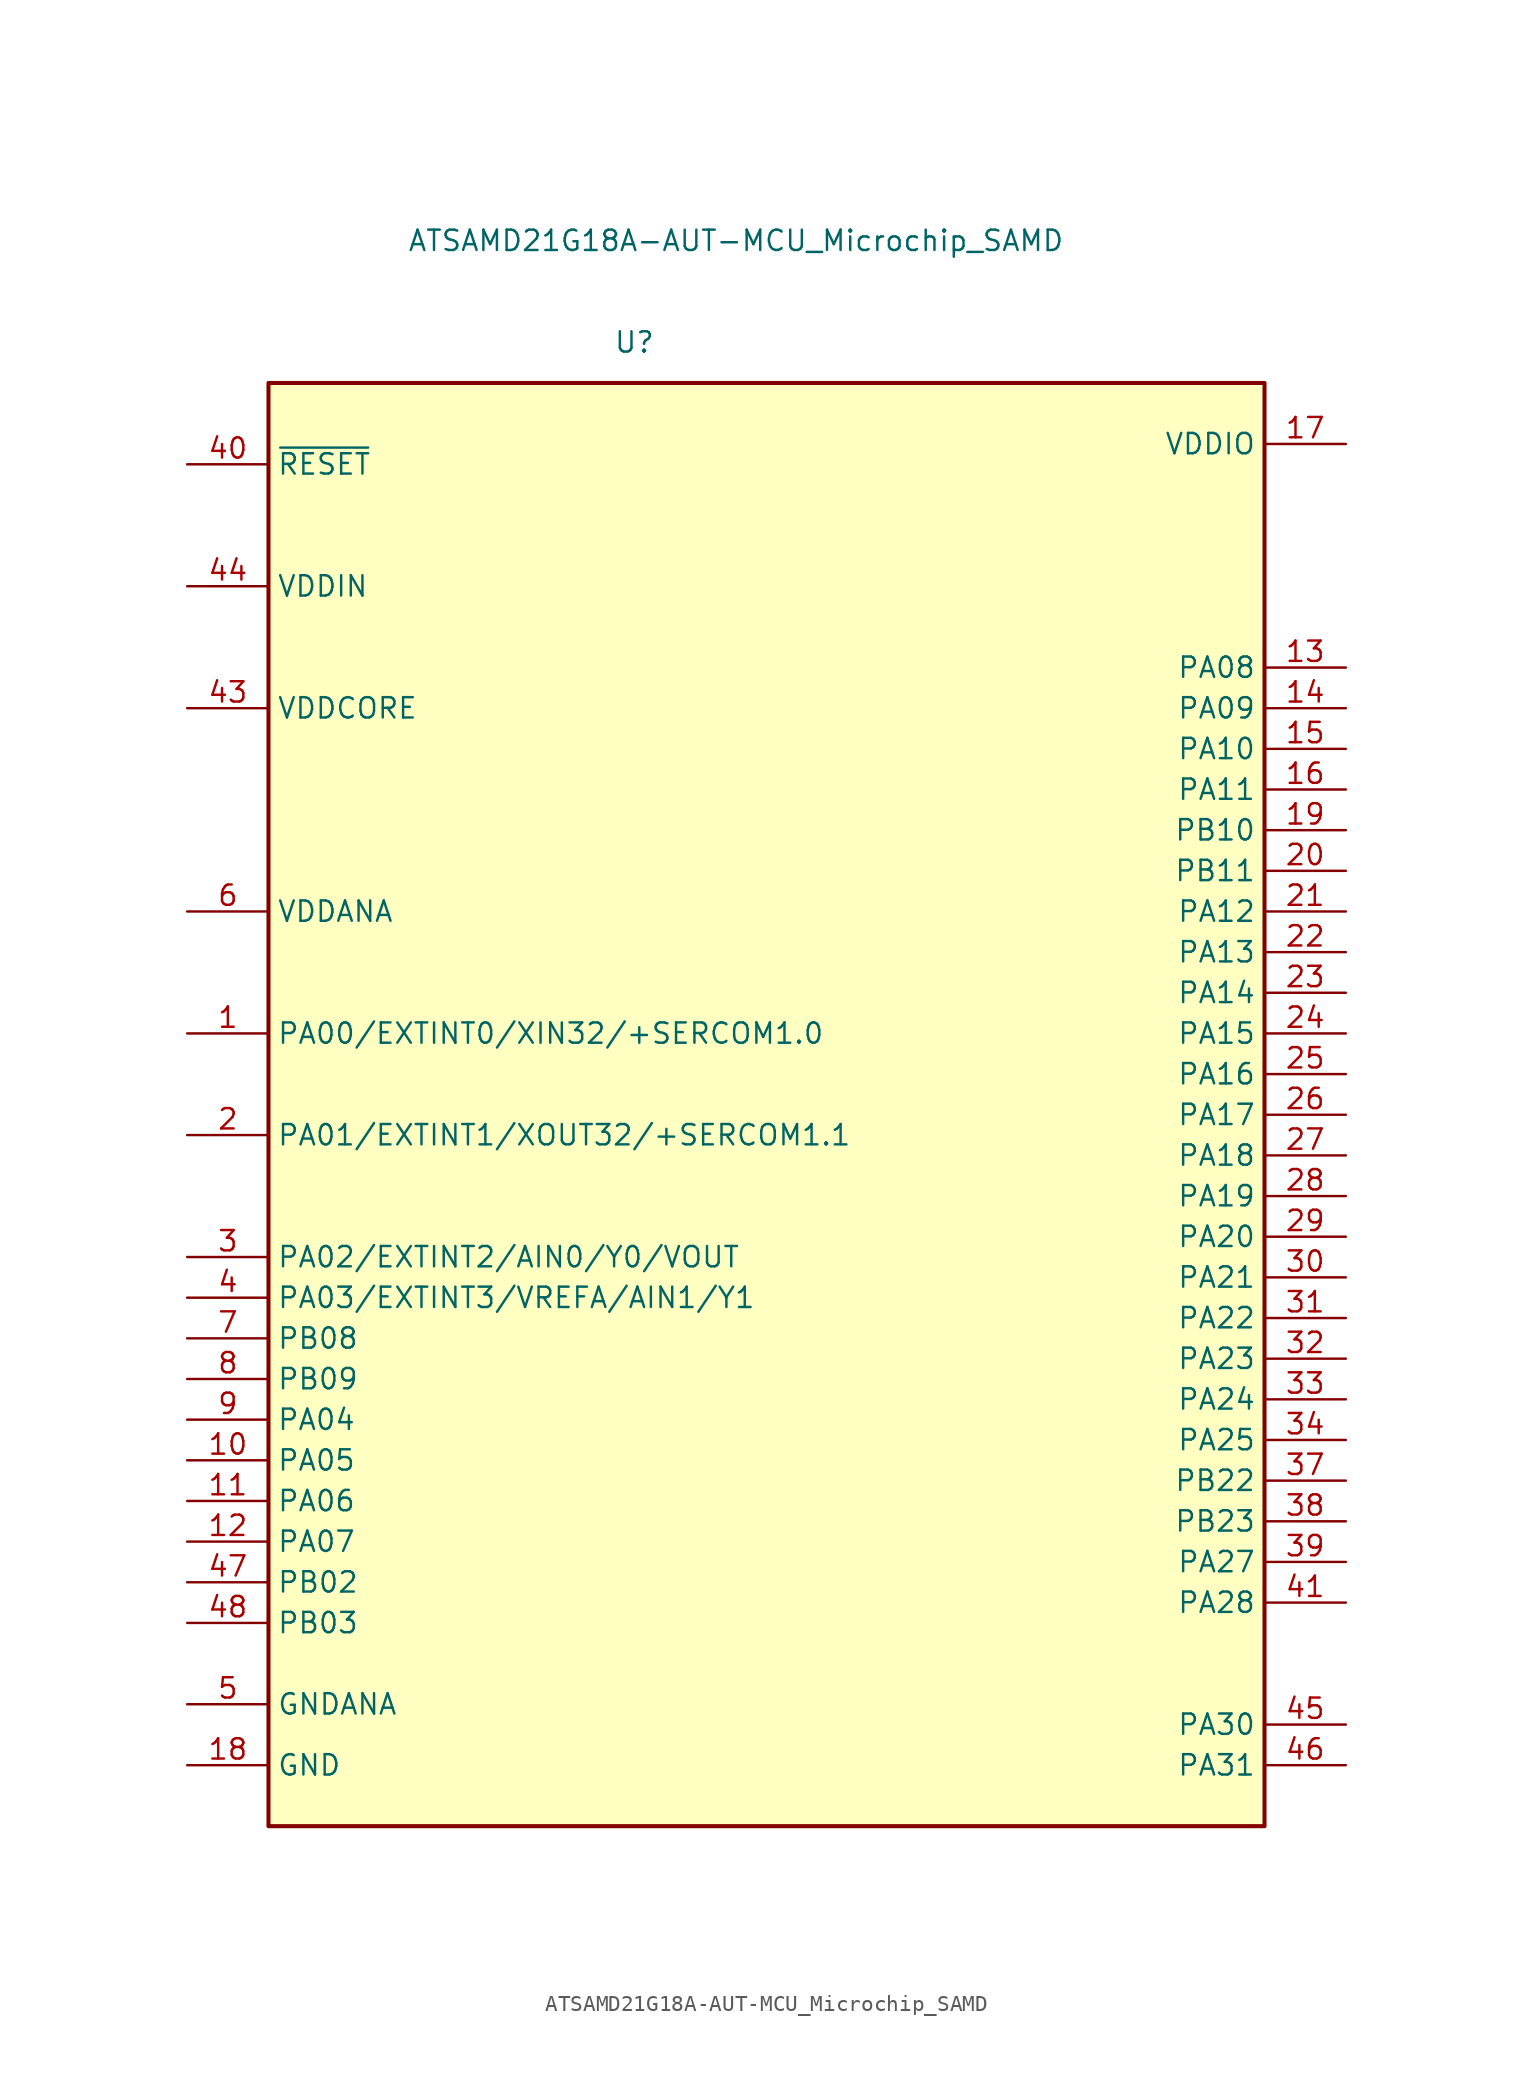
<source format=kicad_sym>
(kicad_symbol_lib
  (version 20211014)
  (generator kicad_symbol_editor)
  (symbol "ATSAMD21G18A-AUT-MCU_Microchip_SAMD"
    (property "Reference" "U"
      (at 2.54 45.72 0)
      (effects (font (size 1.27 1.27))))
    (property "Value" "ATSAMD21G18A-AUT-MCU_Microchip_SAMD"
      (at 8.89 52.07 0)
      (effects (font (size 1.27 1.27))))
    (symbol "ATSAMD21G18A-AUT-MCU_Microchip_SAMD_0_1"
      (rectangle (start -20.32 43.18) (end 41.91 -46.99) (stroke (width 0.254) (type default) (color 0 0 0 0)) (fill (type background))))
    (symbol "ATSAMD21G18A-AUT-MCU_Microchip_SAMD_1_1"
      (pin bidirectional line (at -25.4 2.54 0) (length 5.08) (name "PA00/EXTINT0/XIN32/+SERCOM1.0" (effects (font (size 1.27 1.27)))) (number "1" (effects (font (size 1.27 1.27)))))
      (pin bidirectional line (at -25.4 -24.13 0) (length 5.08) (name "PA05" (effects (font (size 1.27 1.27)))) (number "10" (effects (font (size 1.27 1.27)))))
      (pin bidirectional line (at -25.4 -26.67 0) (length 5.08) (name "PA06" (effects (font (size 1.27 1.27)))) (number "11" (effects (font (size 1.27 1.27)))))
      (pin bidirectional line (at -25.4 -29.21 0) (length 5.08) (name "PA07" (effects (font (size 1.27 1.27)))) (number "12" (effects (font (size 1.27 1.27)))))
      (pin bidirectional line (at 46.99 25.4 180) (length 5.08) (name "PA08" (effects (font (size 1.27 1.27)))) (number "13" (effects (font (size 1.27 1.27)))))
      (pin bidirectional line (at 46.99 22.86 180) (length 5.08) (name "PA09" (effects (font (size 1.27 1.27)))) (number "14" (effects (font (size 1.27 1.27)))))
      (pin bidirectional line (at 46.99 20.32 180) (length 5.08) (name "PA10" (effects (font (size 1.27 1.27)))) (number "15" (effects (font (size 1.27 1.27)))))
      (pin bidirectional line (at 46.99 17.78 180) (length 5.08) (name "PA11" (effects (font (size 1.27 1.27)))) (number "16" (effects (font (size 1.27 1.27)))))
      (pin power_in line (at 46.99 39.37 180) (length 5.08) (name "VDDIO" (effects (font (size 1.27 1.27)))) (number "17" (effects (font (size 1.27 1.27)))))
      (pin power_in line (at -25.4 -43.18 0) (length 5.08) (name "GND" (effects (font (size 1.27 1.27)))) (number "18" (effects (font (size 1.27 1.27)))))
      (pin bidirectional line (at 46.99 15.24 180) (length 5.08) (name "PB10" (effects (font (size 1.27 1.27)))) (number "19" (effects (font (size 1.27 1.27)))))
      (pin bidirectional line (at -25.4 -3.81 0) (length 5.08) (name "PA01/EXTINT1/XOUT32/+SERCOM1.1" (effects (font (size 1.27 1.27)))) (number "2" (effects (font (size 1.27 1.27)))))
      (pin bidirectional line (at 46.99 12.7 180) (length 5.08) (name "PB11" (effects (font (size 1.27 1.27)))) (number "20" (effects (font (size 1.27 1.27)))))
      (pin bidirectional line (at 46.99 10.16 180) (length 5.08) (name "PA12" (effects (font (size 1.27 1.27)))) (number "21" (effects (font (size 1.27 1.27)))))
      (pin bidirectional line (at 46.99 7.62 180) (length 5.08) (name "PA13" (effects (font (size 1.27 1.27)))) (number "22" (effects (font (size 1.27 1.27)))))
      (pin bidirectional line (at 46.99 5.08 180) (length 5.08) (name "PA14" (effects (font (size 1.27 1.27)))) (number "23" (effects (font (size 1.27 1.27)))))
      (pin bidirectional line (at 46.99 2.54 180) (length 5.08) (name "PA15" (effects (font (size 1.27 1.27)))) (number "24" (effects (font (size 1.27 1.27)))))
      (pin bidirectional line (at 46.99 0 180) (length 5.08) (name "PA16" (effects (font (size 1.27 1.27)))) (number "25" (effects (font (size 1.27 1.27)))))
      (pin bidirectional line (at 46.99 -2.54 180) (length 5.08) (name "PA17" (effects (font (size 1.27 1.27)))) (number "26" (effects (font (size 1.27 1.27)))))
      (pin bidirectional line (at 46.99 -5.08 180) (length 5.08) (name "PA18" (effects (font (size 1.27 1.27)))) (number "27" (effects (font (size 1.27 1.27)))))
      (pin bidirectional line (at 46.99 -7.62 180) (length 5.08) (name "PA19" (effects (font (size 1.27 1.27)))) (number "28" (effects (font (size 1.27 1.27)))))
      (pin bidirectional line (at 46.99 -10.16 180) (length 5.08) (name "PA20" (effects (font (size 1.27 1.27)))) (number "29" (effects (font (size 1.27 1.27)))))
      (pin bidirectional line (at -25.4 -11.43 0) (length 5.08) (name "PA02/EXTINT2/AIN0/Y0/VOUT" (effects (font (size 1.27 1.27)))) (number "3" (effects (font (size 1.27 1.27)))))
      (pin bidirectional line (at 46.99 -12.7 180) (length 5.08) (name "PA21" (effects (font (size 1.27 1.27)))) (number "30" (effects (font (size 1.27 1.27)))))
      (pin bidirectional line (at 46.99 -15.24 180) (length 5.08) (name "PA22" (effects (font (size 1.27 1.27)))) (number "31" (effects (font (size 1.27 1.27)))))
      (pin bidirectional line (at 46.99 -17.78 180) (length 5.08) (name "PA23" (effects (font (size 1.27 1.27)))) (number "32" (effects (font (size 1.27 1.27)))))
      (pin bidirectional line (at 46.99 -20.32 180) (length 5.08) (name "PA24" (effects (font (size 1.27 1.27)))) (number "33" (effects (font (size 1.27 1.27)))))
      (pin bidirectional line (at 46.99 -22.86 180) (length 5.08) (name "PA25" (effects (font (size 1.27 1.27)))) (number "34" (effects (font (size 1.27 1.27)))))
      (pin passive line (at -25.4 -43.18 0) (length 5.08) hide (name "GND" (effects (font (size 1.27 1.27)))) (number "35" (effects (font (size 1.27 1.27)))))
      (pin passive line (at 46.99 39.37 180) (length 5.08) hide (name "VDDIO" (effects (font (size 1.27 1.27)))) (number "36" (effects (font (size 1.27 1.27)))))
      (pin bidirectional line (at 46.99 -25.4 180) (length 5.08) (name "PB22" (effects (font (size 1.27 1.27)))) (number "37" (effects (font (size 1.27 1.27)))))
      (pin bidirectional line (at 46.99 -27.94 180) (length 5.08) (name "PB23" (effects (font (size 1.27 1.27)))) (number "38" (effects (font (size 1.27 1.27)))))
      (pin bidirectional line (at 46.99 -30.48 180) (length 5.08) (name "PA27" (effects (font (size 1.27 1.27)))) (number "39" (effects (font (size 1.27 1.27)))))
      (pin bidirectional line (at -25.4 -13.97 0) (length 5.08) (name "PA03/EXTINT3/VREFA/AIN1/Y1" (effects (font (size 1.27 1.27)))) (number "4" (effects (font (size 1.27 1.27)))))
      (pin input line (at -25.4 38.1 0) (length 5.08) (name "~{RESET}" (effects (font (size 1.27 1.27)))) (number "40" (effects (font (size 1.27 1.27)))))
      (pin bidirectional line (at 46.99 -33.02 180) (length 5.08) (name "PA28" (effects (font (size 1.27 1.27)))) (number "41" (effects (font (size 1.27 1.27)))))
      (pin passive line (at -25.4 -43.18 0) (length 5.08) hide (name "GND" (effects (font (size 1.27 1.27)))) (number "42" (effects (font (size 1.27 1.27)))))
      (pin power_out line (at -25.4 22.86 0) (length 5.08) (name "VDDCORE" (effects (font (size 1.27 1.27)))) (number "43" (effects (font (size 1.27 1.27)))))
      (pin power_in line (at -25.4 30.48 0) (length 5.08) (name "VDDIN" (effects (font (size 1.27 1.27)))) (number "44" (effects (font (size 1.27 1.27)))))
      (pin bidirectional line (at 46.99 -40.64 180) (length 5.08) (name "PA30" (effects (font (size 1.27 1.27)))) (number "45" (effects (font (size 1.27 1.27)))))
      (pin bidirectional line (at 46.99 -43.18 180) (length 5.08) (name "PA31" (effects (font (size 1.27 1.27)))) (number "46" (effects (font (size 1.27 1.27)))))
      (pin bidirectional line (at -25.4 -31.75 0) (length 5.08) (name "PB02" (effects (font (size 1.27 1.27)))) (number "47" (effects (font (size 1.27 1.27)))))
      (pin bidirectional line (at -25.4 -34.29 0) (length 5.08) (name "PB03" (effects (font (size 1.27 1.27)))) (number "48" (effects (font (size 1.27 1.27)))))
      (pin power_in line (at -25.4 -39.37 0) (length 5.08) (name "GNDANA" (effects (font (size 1.27 1.27)))) (number "5" (effects (font (size 1.27 1.27)))))
      (pin power_in line (at -25.4 10.16 0) (length 5.08) (name "VDDANA" (effects (font (size 1.27 1.27)))) (number "6" (effects (font (size 1.27 1.27)))))
      (pin bidirectional line (at -25.4 -16.51 0) (length 5.08) (name "PB08" (effects (font (size 1.27 1.27)))) (number "7" (effects (font (size 1.27 1.27)))))
      (pin bidirectional line (at -25.4 -19.05 0) (length 5.08) (name "PB09" (effects (font (size 1.27 1.27)))) (number "8" (effects (font (size 1.27 1.27)))))
      (pin bidirectional line (at -25.4 -21.59 0) (length 5.08) (name "PA04" (effects (font (size 1.27 1.27)))) (number "9" (effects (font (size 1.27 1.27))))))))
</source>
